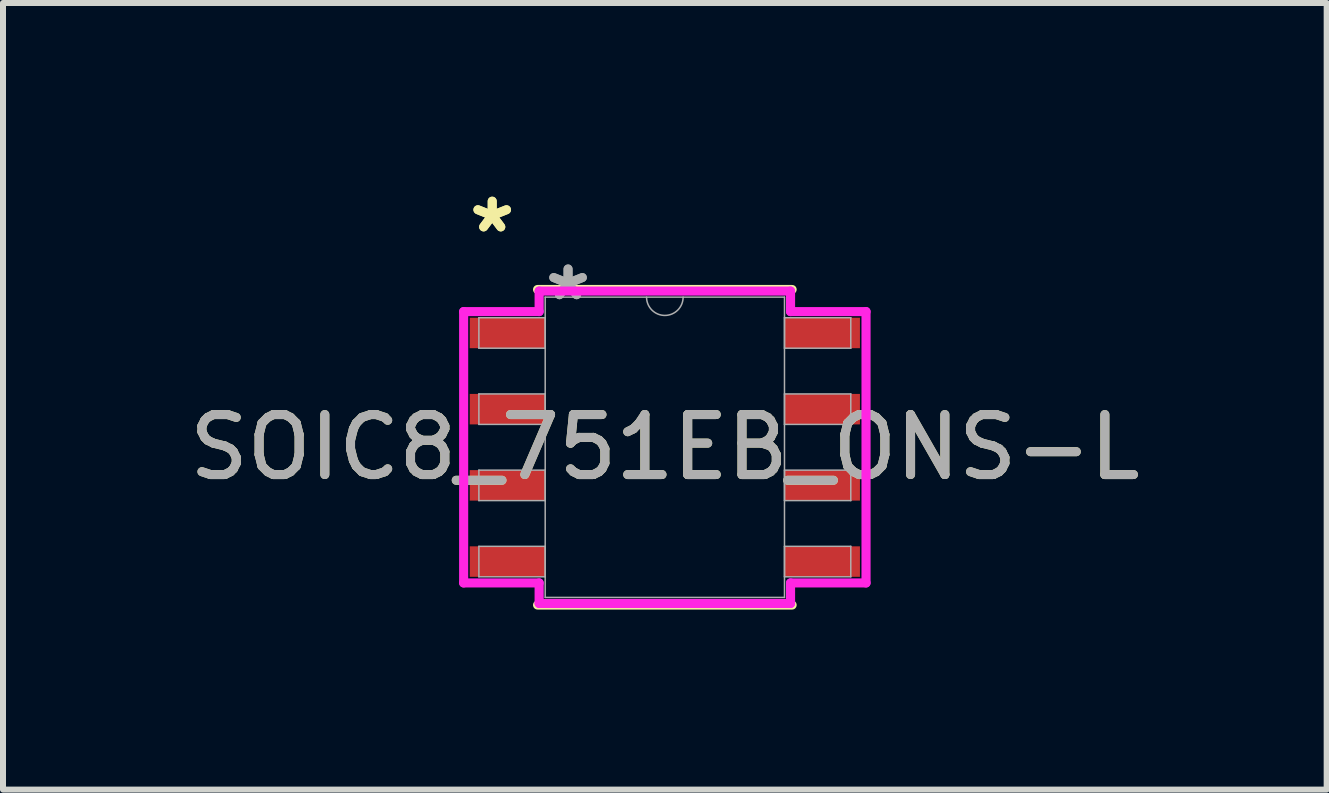
<source format=kicad_pcb>
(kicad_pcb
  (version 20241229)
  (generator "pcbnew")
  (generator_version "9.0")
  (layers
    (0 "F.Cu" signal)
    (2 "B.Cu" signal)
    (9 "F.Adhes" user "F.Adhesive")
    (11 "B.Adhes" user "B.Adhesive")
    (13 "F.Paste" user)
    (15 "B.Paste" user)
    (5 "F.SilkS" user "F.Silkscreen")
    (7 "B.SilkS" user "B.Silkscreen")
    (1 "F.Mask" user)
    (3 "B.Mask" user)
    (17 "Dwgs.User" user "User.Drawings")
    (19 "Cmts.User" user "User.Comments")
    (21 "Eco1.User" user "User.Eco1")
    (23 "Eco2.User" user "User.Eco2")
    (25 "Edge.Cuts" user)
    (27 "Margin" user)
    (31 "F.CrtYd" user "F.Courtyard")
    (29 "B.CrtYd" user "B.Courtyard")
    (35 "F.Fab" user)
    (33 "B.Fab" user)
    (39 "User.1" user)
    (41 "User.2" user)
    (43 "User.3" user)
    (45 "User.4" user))
  (footprint "SOIC8_751EB_ONS-L"
    (layer "F.Cu")
    (at 8.03 4.404)
    (property "Reference" "SOIC8_751EB_ONS-L" (at 0 0 0) (unlocked yes) (layer "F.SilkS") (effects (font (size 1 1) (thickness 0.15))))
    (attr smd)
    (fp_line (start -2.121 2.629) (end 2.121 2.629) (stroke (width 0.152) (type solid)) (layer "F.SilkS"))
    (fp_line (start 2.121 -2.629) (end -2.121 -2.629) (stroke (width 0.152) (type solid)) (layer "F.SilkS"))
    (fp_line (start -3.353 -2.261) (end -2.095 -2.261) (stroke (width 0.152) (type solid)) (layer "F.CrtYd"))
    (fp_line (start -3.353 2.261) (end -3.353 -2.261) (stroke (width 0.152) (type solid)) (layer "F.CrtYd"))
    (fp_line (start -3.353 2.261) (end -2.095 2.261) (stroke (width 0.152) (type solid)) (layer "F.CrtYd"))
    (fp_line (start -2.095 -2.603) (end 2.095 -2.603) (stroke (width 0.152) (type solid)) (layer "F.CrtYd"))
    (fp_line (start -2.095 -2.261) (end -2.095 -2.603) (stroke (width 0.152) (type solid)) (layer "F.CrtYd"))
    (fp_line (start -2.095 2.603) (end -2.095 2.261) (stroke (width 0.152) (type solid)) (layer "F.CrtYd"))
    (fp_line (start 2.095 -2.603) (end 2.095 -2.261) (stroke (width 0.152) (type solid)) (layer "F.CrtYd"))
    (fp_line (start 2.095 2.261) (end 2.095 2.603) (stroke (width 0.152) (type solid)) (layer "F.CrtYd"))
    (fp_line (start 2.095 2.603) (end -2.095 2.603) (stroke (width 0.152) (type solid)) (layer "F.CrtYd"))
    (fp_line (start 3.353 -2.261) (end 2.095 -2.261) (stroke (width 0.152) (type solid)) (layer "F.CrtYd"))
    (fp_line (start 3.353 -2.261) (end 3.353 2.261) (stroke (width 0.152) (type solid)) (layer "F.CrtYd"))
    (fp_line (start 3.353 2.261) (end 2.095 2.261) (stroke (width 0.152) (type solid)) (layer "F.CrtYd"))
    (fp_line (start -3.099 -2.159) (end -3.099 -1.651) (stroke (width 0.025) (type solid)) (layer "F.Fab"))
    (fp_line (start -3.099 -1.651) (end -1.994 -1.651) (stroke (width 0.025) (type solid)) (layer "F.Fab"))
    (fp_line (start -3.099 -0.889) (end -3.099 -0.381) (stroke (width 0.025) (type solid)) (layer "F.Fab"))
    (fp_line (start -3.099 -0.381) (end -1.994 -0.381) (stroke (width 0.025) (type solid)) (layer "F.Fab"))
    (fp_line (start -3.099 0.381) (end -3.099 0.889) (stroke (width 0.025) (type solid)) (layer "F.Fab"))
    (fp_line (start -3.099 0.889) (end -1.994 0.889) (stroke (width 0.025) (type solid)) (layer "F.Fab"))
    (fp_line (start -3.099 1.651) (end -3.099 2.159) (stroke (width 0.025) (type solid)) (layer "F.Fab"))
    (fp_line (start -3.099 2.159) (end -1.994 2.159) (stroke (width 0.025) (type solid)) (layer "F.Fab"))
    (fp_line (start -1.994 -2.502) (end -1.994 2.502) (stroke (width 0.025) (type solid)) (layer "F.Fab"))
    (fp_line (start -1.994 -2.159) (end -3.099 -2.159) (stroke (width 0.025) (type solid)) (layer "F.Fab"))
    (fp_line (start -1.994 -1.651) (end -1.994 -2.159) (stroke (width 0.025) (type solid)) (layer "F.Fab"))
    (fp_line (start -1.994 -0.889) (end -3.099 -0.889) (stroke (width 0.025) (type solid)) (layer "F.Fab"))
    (fp_line (start -1.994 -0.381) (end -1.994 -0.889) (stroke (width 0.025) (type solid)) (layer "F.Fab"))
    (fp_line (start -1.994 0.381) (end -3.099 0.381) (stroke (width 0.025) (type solid)) (layer "F.Fab"))
    (fp_line (start -1.994 0.889) (end -1.994 0.381) (stroke (width 0.025) (type solid)) (layer "F.Fab"))
    (fp_line (start -1.994 1.651) (end -3.099 1.651) (stroke (width 0.025) (type solid)) (layer "F.Fab"))
    (fp_line (start -1.994 2.159) (end -1.994 1.651) (stroke (width 0.025) (type solid)) (layer "F.Fab"))
    (fp_line (start -1.994 2.502) (end 1.994 2.502) (stroke (width 0.025) (type solid)) (layer "F.Fab"))
    (fp_line (start 1.994 -2.502) (end -1.994 -2.502) (stroke (width 0.025) (type solid)) (layer "F.Fab"))
    (fp_line (start 1.994 -2.159) (end 1.994 -1.651) (stroke (width 0.025) (type solid)) (layer "F.Fab"))
    (fp_line (start 1.994 -1.651) (end 3.099 -1.651) (stroke (width 0.025) (type solid)) (layer "F.Fab"))
    (fp_line (start 1.994 -0.889) (end 1.994 -0.381) (stroke (width 0.025) (type solid)) (layer "F.Fab"))
    (fp_line (start 1.994 -0.381) (end 3.099 -0.381) (stroke (width 0.025) (type solid)) (layer "F.Fab"))
    (fp_line (start 1.994 0.381) (end 1.994 0.889) (stroke (width 0.025) (type solid)) (layer "F.Fab"))
    (fp_line (start 1.994 0.889) (end 3.099 0.889) (stroke (width 0.025) (type solid)) (layer "F.Fab"))
    (fp_line (start 1.994 1.651) (end 1.994 2.159) (stroke (width 0.025) (type solid)) (layer "F.Fab"))
    (fp_line (start 1.994 2.159) (end 3.099 2.159) (stroke (width 0.025) (type solid)) (layer "F.Fab"))
    (fp_line (start 1.994 2.502) (end 1.994 -2.502) (stroke (width 0.025) (type solid)) (layer "F.Fab"))
    (fp_line (start 3.099 -2.159) (end 1.994 -2.159) (stroke (width 0.025) (type solid)) (layer "F.Fab"))
    (fp_line (start 3.099 -1.651) (end 3.099 -2.159) (stroke (width 0.025) (type solid)) (layer "F.Fab"))
    (fp_line (start 3.099 -0.889) (end 1.994 -0.889) (stroke (width 0.025) (type solid)) (layer "F.Fab"))
    (fp_line (start 3.099 -0.381) (end 3.099 -0.889) (stroke (width 0.025) (type solid)) (layer "F.Fab"))
    (fp_line (start 3.099 0.381) (end 1.994 0.381) (stroke (width 0.025) (type solid)) (layer "F.Fab"))
    (fp_line (start 3.099 0.889) (end 3.099 0.381) (stroke (width 0.025) (type solid)) (layer "F.Fab"))
    (fp_line (start 3.099 1.651) (end 1.994 1.651) (stroke (width 0.025) (type solid)) (layer "F.Fab"))
    (fp_line (start 3.099 2.159) (end 3.099 1.651) (stroke (width 0.025) (type solid)) (layer "F.Fab"))
    (fp_arc (start 0.3048 -2.5019) (mid 0 -2.1971) (end -0.3048 -2.5019) (stroke (width 0.0254) (type solid)) (layer "F.Fab"))
    (fp_text user "*" (at -2.877 -3.556 0) (unlocked yes) (layer "F.SilkS") (effects (font (size 1 1) (thickness 0.15))))
    (fp_text user "*" (at -2.877 -3.556 0) (layer "F.SilkS") (effects (font (size 1 1) (thickness 0.15))))
    (fp_text user "${REFERENCE}" (at 0 0 0) (unlocked yes) (layer "F.Fab") (effects (font (size 1 1) (thickness 0.15))))
    (fp_text user "*" (at -1.613 -2.426 0) (unlocked yes) (layer "F.Fab") (effects (font (size 1 1) (thickness 0.15))))
    (fp_text user "*" (at -1.613 -2.426 0) (layer "F.Fab") (effects (font (size 1 1) (thickness 0.15))))
    (pad "1" smd rect (at -2.623 -1.905) (size 1.257 0.508) (layers "F.Cu" "F.Mask" "F.Paste"))
    (pad "2" smd rect (at -2.623 -0.635) (size 1.257 0.508) (layers "F.Cu" "F.Mask" "F.Paste"))
    (pad "3" smd rect (at -2.623 0.635) (size 1.257 0.508) (layers "F.Cu" "F.Mask" "F.Paste"))
    (pad "4" smd rect (at -2.623 1.905) (size 1.257 0.508) (layers "F.Cu" "F.Mask" "F.Paste"))
    (pad "5" smd rect (at 2.623 1.905) (size 1.257 0.508) (layers "F.Cu" "F.Mask" "F.Paste"))
    (pad "6" smd rect (at 2.623 0.635) (size 1.257 0.508) (layers "F.Cu" "F.Mask" "F.Paste"))
    (pad "7" smd rect (at 2.623 -0.635) (size 1.257 0.508) (layers "F.Cu" "F.Mask" "F.Paste"))
    (pad "8" smd rect (at 2.623 -1.905) (size 1.257 0.508) (layers "F.Cu" "F.Mask" "F.Paste")))
  (gr_rect
    (start -3 -3)
    (end 19.06 10.109)
    (stroke (width 0.1) (type default))
    (fill no)
    (layer "Edge.Cuts")))
</source>
